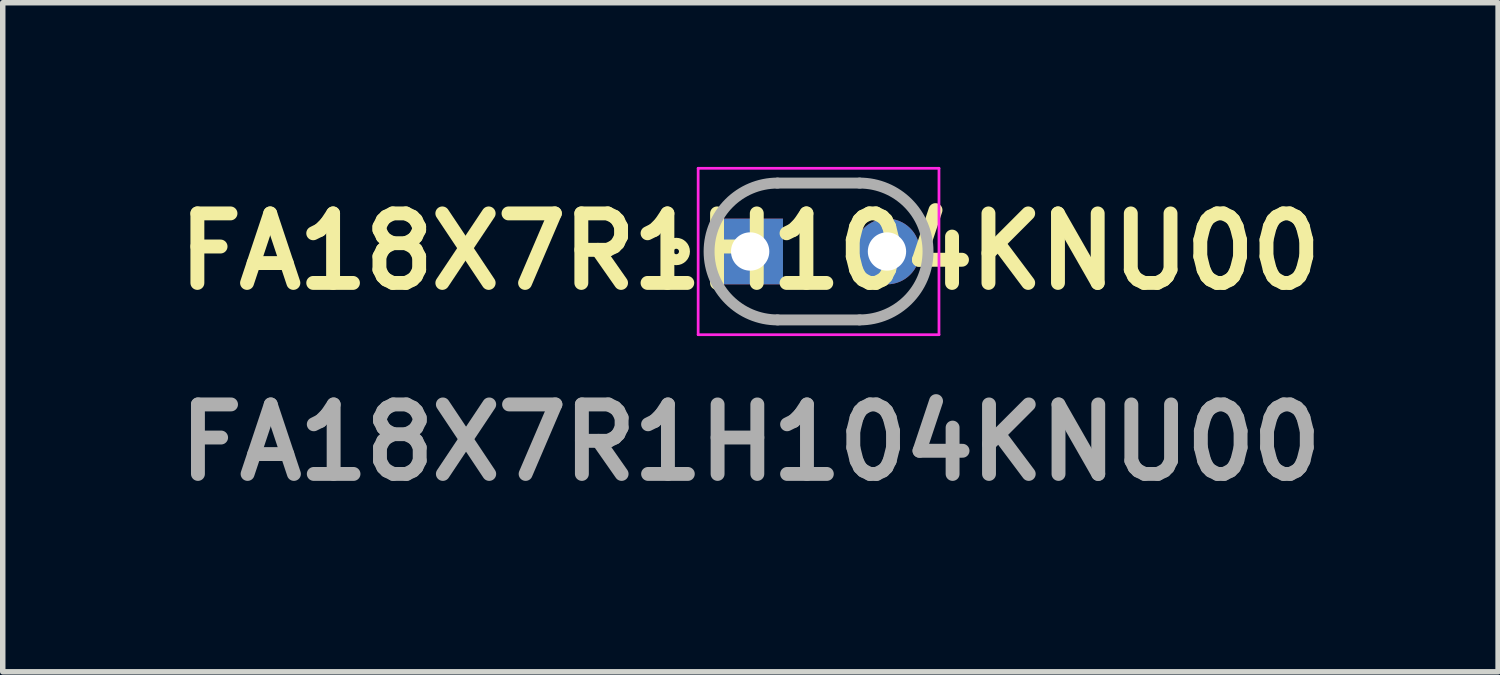
<source format=kicad_pcb>
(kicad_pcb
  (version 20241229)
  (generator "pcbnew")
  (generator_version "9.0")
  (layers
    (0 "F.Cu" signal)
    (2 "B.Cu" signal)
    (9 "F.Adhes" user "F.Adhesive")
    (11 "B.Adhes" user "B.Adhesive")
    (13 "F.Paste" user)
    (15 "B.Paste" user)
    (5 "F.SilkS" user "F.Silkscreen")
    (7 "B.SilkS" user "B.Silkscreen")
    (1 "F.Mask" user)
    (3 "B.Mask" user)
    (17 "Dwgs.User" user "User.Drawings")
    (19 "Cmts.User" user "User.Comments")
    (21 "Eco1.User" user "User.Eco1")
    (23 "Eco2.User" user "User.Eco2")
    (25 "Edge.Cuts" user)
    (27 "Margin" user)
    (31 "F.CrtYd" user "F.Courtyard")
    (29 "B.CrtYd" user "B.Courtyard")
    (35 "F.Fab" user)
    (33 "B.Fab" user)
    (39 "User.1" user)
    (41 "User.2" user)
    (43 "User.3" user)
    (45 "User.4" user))
  (footprint "FA18X7R1H104KNU00"
    (layer "F.Cu")
    (at 10.656 1.545)
    (property "Reference" "FA18X7R1H104KNU00" (at 0 0 0) (layer "F.SilkS") (effects (font (size 1.27 1.27) (thickness 0.254))))
    (attr through_hole)
    (fp_line (start 0.5 -1.25) (end 2 -1.25) (stroke (width 0.1) (type solid)) (layer "F.SilkS"))
    (fp_line (start 2 1.25) (end 0.5 1.25) (stroke (width 0.1) (type solid)) (layer "F.SilkS"))
    (fp_circle (center -1.35 0) (end -1.35 0.05) (stroke (width 0.2) (type solid)) (fill no) (layer "F.SilkS"))
    (fp_line (start -0.95 -1.52) (end 3.45 -1.52) (stroke (width 0.05) (type solid)) (layer "F.CrtYd"))
    (fp_line (start -0.95 1.52) (end -0.95 -1.52) (stroke (width 0.05) (type solid)) (layer "F.CrtYd"))
    (fp_line (start 3.45 -1.52) (end 3.45 1.52) (stroke (width 0.05) (type solid)) (layer "F.CrtYd"))
    (fp_line (start 3.45 1.52) (end -0.95 1.52) (stroke (width 0.05) (type solid)) (layer "F.CrtYd"))
    (fp_line (start 0.5 -1.25) (end 2 -1.25) (stroke (width 0.2) (type solid)) (layer "F.Fab"))
    (fp_line (start 2 1.25) (end 0.5 1.25) (stroke (width 0.2) (type solid)) (layer "F.Fab"))
    (fp_arc (start 0.5 1.25) (mid -0.75 0) (end 0.5 -1.25) (stroke (width 0.2) (type solid)) (layer "F.Fab"))
    (fp_arc (start 2 -1.25) (mid 3.25 0) (end 2 1.25) (stroke (width 0.2) (type solid)) (layer "F.Fab"))
    (fp_text user "${REFERENCE}" (at 0.01 3.49 0) (layer "F.Fab") (effects (font (size 1.27 1.27) (thickness 0.254))))
    (pad "1" thru_hole rect (at 0 0) (size 1.2 1.2) (drill 0.7) (layers "*.Cu" "*.Mask"))
    (pad "2" thru_hole circle (at 2.5 0) (size 1.2 1.2) (drill 0.7) (layers "*.Cu" "*.Mask")))
  (gr_rect
    (start -3 -3)
    (end 24.322 9.224)
    (stroke (width 0.1) (type default))
    (fill no)
    (layer "Edge.Cuts")))
</source>
